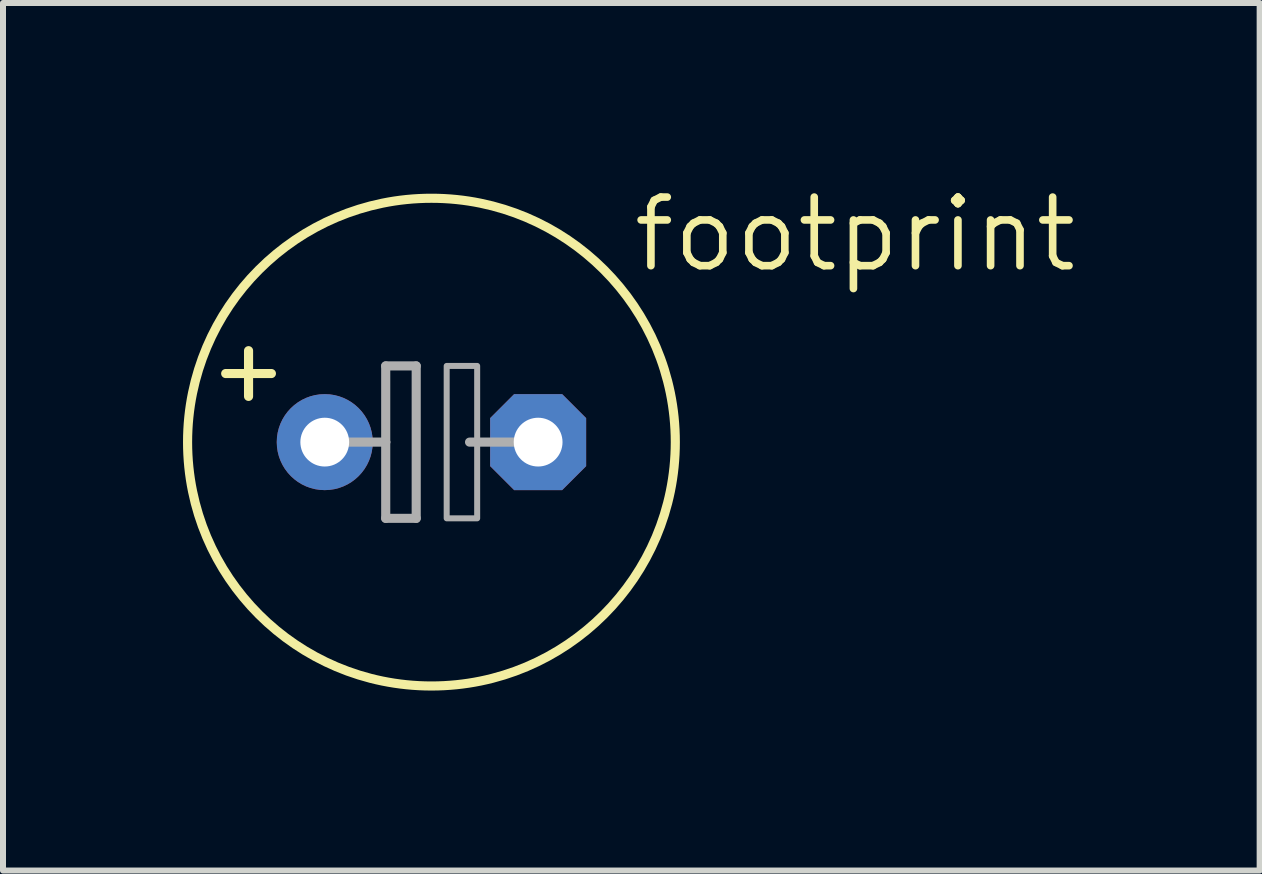
<source format=kicad_pcb>
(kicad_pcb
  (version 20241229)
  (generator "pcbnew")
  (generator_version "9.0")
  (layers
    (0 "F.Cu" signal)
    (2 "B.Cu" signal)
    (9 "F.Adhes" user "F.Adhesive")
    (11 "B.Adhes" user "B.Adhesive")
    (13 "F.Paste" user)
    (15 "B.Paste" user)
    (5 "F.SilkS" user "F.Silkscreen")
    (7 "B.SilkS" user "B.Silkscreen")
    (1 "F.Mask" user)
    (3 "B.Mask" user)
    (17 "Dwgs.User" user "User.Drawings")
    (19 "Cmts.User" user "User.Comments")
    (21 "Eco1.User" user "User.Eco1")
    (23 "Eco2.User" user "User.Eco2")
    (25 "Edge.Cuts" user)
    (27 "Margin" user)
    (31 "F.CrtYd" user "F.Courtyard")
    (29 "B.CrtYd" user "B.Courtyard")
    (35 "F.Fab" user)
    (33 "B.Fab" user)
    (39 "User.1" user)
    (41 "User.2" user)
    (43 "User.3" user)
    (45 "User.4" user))
  (footprint "footprint"
    (layer "F.Cu")
    (at 4.14 4.318)
    (property "Reference" "footprint" (at 3.302 -2.794 0) (layer "F.SilkS") (effects (font (size 1.143 1.143) (thickness 0.127)) (justify left bottom)))
    (fp_line (start -3.429 -1.143) (end -2.667 -1.143) (stroke (width 0.152) (type solid)) (layer "F.SilkS"))
    (fp_line (start -3.048 -0.762) (end -3.048 -1.524) (stroke (width 0.152) (type solid)) (layer "F.SilkS"))
    (fp_circle (center 0 0) (end 4.064 0) (stroke (width 0.152) (type solid)) (fill no) (layer "F.SilkS"))
    (fp_line (start -1.651 0) (end -0.762 0) (stroke (width 0.152) (type solid)) (layer "F.Fab"))
    (fp_line (start -0.762 -1.27) (end -0.762 0) (stroke (width 0.152) (type solid)) (layer "F.Fab"))
    (fp_line (start -0.762 0) (end -0.762 1.27) (stroke (width 0.152) (type solid)) (layer "F.Fab"))
    (fp_line (start -0.762 1.27) (end -0.254 1.27) (stroke (width 0.152) (type solid)) (layer "F.Fab"))
    (fp_line (start -0.254 -1.27) (end -0.762 -1.27) (stroke (width 0.152) (type solid)) (layer "F.Fab"))
    (fp_line (start -0.254 1.27) (end -0.254 -1.27) (stroke (width 0.152) (type solid)) (layer "F.Fab"))
    (fp_line (start 0.635 0) (end 1.651 0) (stroke (width 0.152) (type solid)) (layer "F.Fab"))
    (fp_poly (pts (xy 0.254 1.27) (xy 0.762 1.27) (xy 0.762 -1.27) (xy 0.254 -1.27)) (stroke (width 0.1) (type solid)) (fill no) (layer "F.Fab"))
    (pad "+" thru_hole circle (at -1.778 0) (size 1.6 1.6) (drill 0.813) (layers "*.Cu" "*.Mask"))
    (pad "-" thru_hole roundrect (at 1.778 0) (size 1.6 1.6) (drill 0.813) (layers "*.Cu" "*.Mask") (roundrect_rratio 0.25) (chamfer_ratio 0.25) (chamfer top_left top_right bottom_left bottom_right)))
  (gr_rect
    (start -3 -3)
    (end 17.942 11.458)
    (stroke (width 0.1) (type default))
    (fill no)
    (layer "Edge.Cuts")))
</source>
